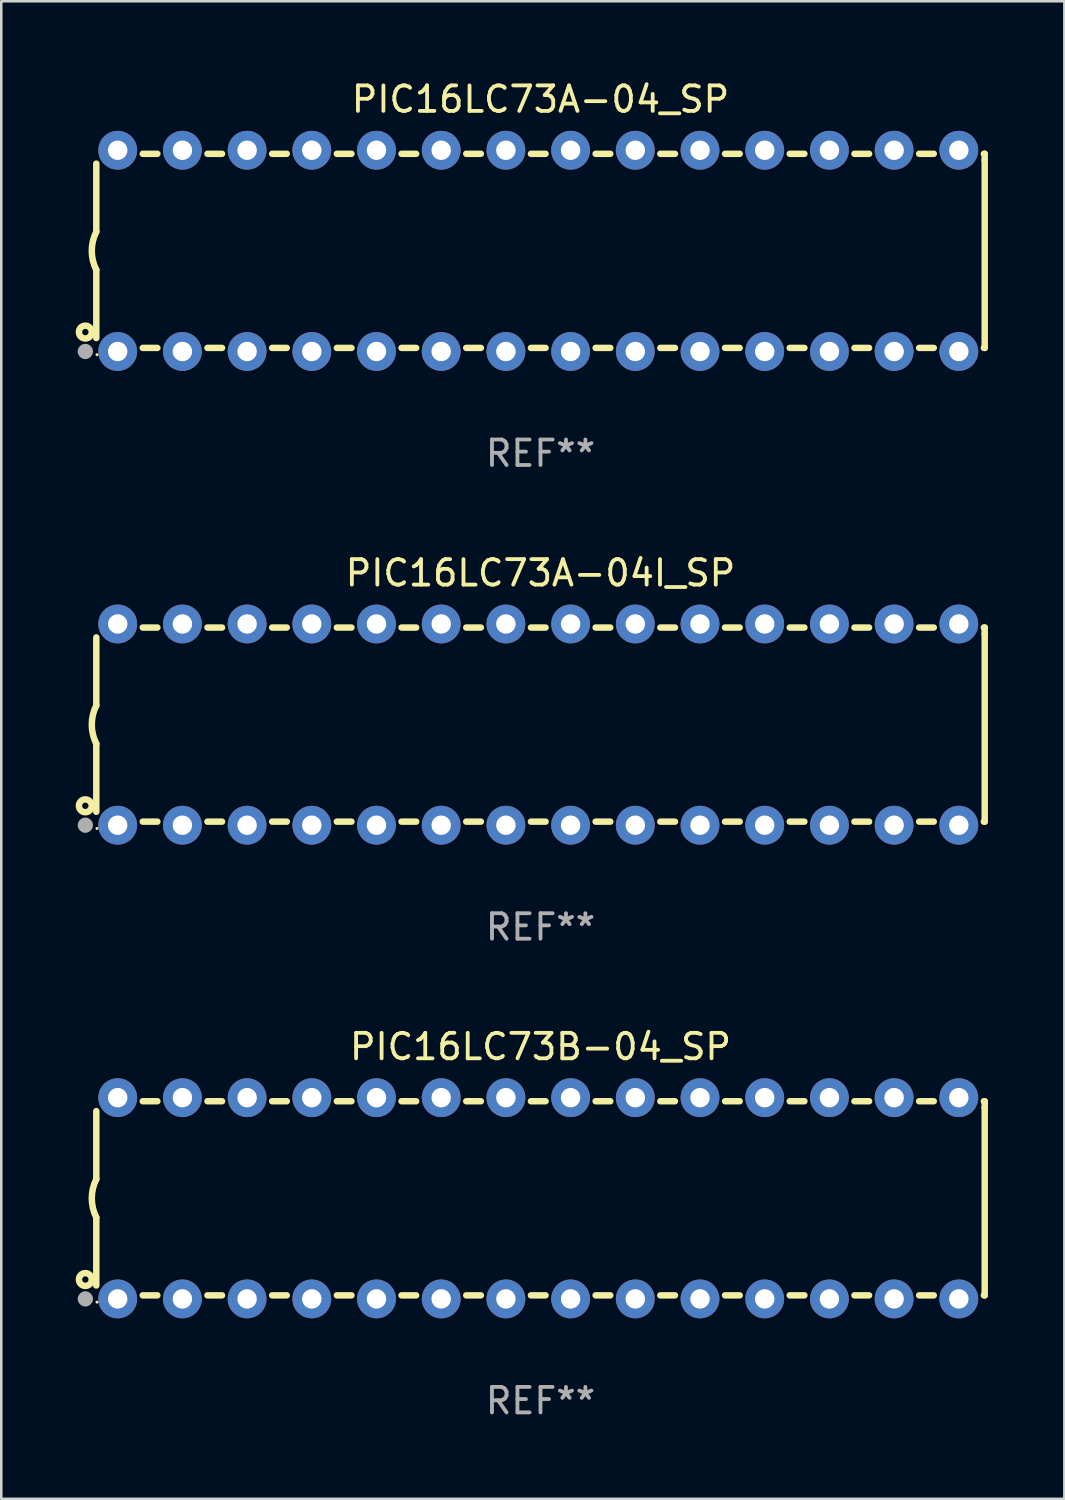
<source format=kicad_pcb>
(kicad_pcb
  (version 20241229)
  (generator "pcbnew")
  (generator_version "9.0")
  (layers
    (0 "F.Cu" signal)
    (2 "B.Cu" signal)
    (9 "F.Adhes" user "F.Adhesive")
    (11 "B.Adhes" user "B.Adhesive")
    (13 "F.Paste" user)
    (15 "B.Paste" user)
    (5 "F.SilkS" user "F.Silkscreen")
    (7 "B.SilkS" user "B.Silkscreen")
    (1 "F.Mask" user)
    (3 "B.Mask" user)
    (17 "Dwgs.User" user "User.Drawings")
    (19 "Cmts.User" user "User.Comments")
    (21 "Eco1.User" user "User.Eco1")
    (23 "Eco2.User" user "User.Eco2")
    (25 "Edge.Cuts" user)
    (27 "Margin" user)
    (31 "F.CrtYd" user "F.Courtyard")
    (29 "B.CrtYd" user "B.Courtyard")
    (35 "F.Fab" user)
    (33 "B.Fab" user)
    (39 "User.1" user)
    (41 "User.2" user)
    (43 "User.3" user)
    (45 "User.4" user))
  (footprint "PIC16LC73B-04_SP"
    (layer "F.Cu")
    (at 18.168 43.991)
    (property "Reference" "PIC16LC73B-04_SP" (at 0 -5.95 0) (layer "F.SilkS") (effects (font (size 1 1) (thickness 0.15))))
    (attr through_hole)
    (fp_line (start -17.438 0.75) (end -17.438 3.423) (stroke (width 0.254) (type solid)) (layer "F.SilkS"))
    (fp_line (start -17.438 -3.423) (end -17.438 -0.75) (stroke (width 0.254) (type solid)) (layer "F.SilkS"))
    (fp_line (start -15.615 3.81) (end -15.041 3.81) (stroke (width 0.254) (type solid)) (layer "F.SilkS"))
    (fp_line (start -15.041 -3.81) (end -15.614 -3.81) (stroke (width 0.254) (type solid)) (layer "F.SilkS"))
    (fp_line (start -13.075 3.81) (end -12.501 3.81) (stroke (width 0.254) (type solid)) (layer "F.SilkS"))
    (fp_line (start -12.501 -3.81) (end -13.074 -3.81) (stroke (width 0.254) (type solid)) (layer "F.SilkS"))
    (fp_line (start -10.535 3.81) (end -9.961 3.81) (stroke (width 0.254) (type solid)) (layer "F.SilkS"))
    (fp_line (start -9.961 -3.81) (end -10.534 -3.81) (stroke (width 0.254) (type solid)) (layer "F.SilkS"))
    (fp_line (start -7.995 3.81) (end -7.421 3.81) (stroke (width 0.254) (type solid)) (layer "F.SilkS"))
    (fp_line (start -7.421 -3.81) (end -7.995 -3.81) (stroke (width 0.254) (type solid)) (layer "F.SilkS"))
    (fp_line (start -5.455 3.81) (end -4.881 3.81) (stroke (width 0.254) (type solid)) (layer "F.SilkS"))
    (fp_line (start -4.881 -3.81) (end -5.455 -3.81) (stroke (width 0.254) (type solid)) (layer "F.SilkS"))
    (fp_line (start -2.915 3.81) (end -2.341 3.81) (stroke (width 0.254) (type solid)) (layer "F.SilkS"))
    (fp_line (start -2.341 -3.81) (end -2.915 -3.81) (stroke (width 0.254) (type solid)) (layer "F.SilkS"))
    (fp_line (start -0.375 3.81) (end 0.199 3.81) (stroke (width 0.254) (type solid)) (layer "F.SilkS"))
    (fp_line (start 0.199 -3.81) (end -0.375 -3.81) (stroke (width 0.254) (type solid)) (layer "F.SilkS"))
    (fp_line (start 2.165 3.81) (end 2.739 3.81) (stroke (width 0.254) (type solid)) (layer "F.SilkS"))
    (fp_line (start 2.739 -3.81) (end 2.165 -3.81) (stroke (width 0.254) (type solid)) (layer "F.SilkS"))
    (fp_line (start 4.705 3.81) (end 5.279 3.81) (stroke (width 0.254) (type solid)) (layer "F.SilkS"))
    (fp_line (start 5.279 -3.81) (end 4.705 -3.81) (stroke (width 0.254) (type solid)) (layer "F.SilkS"))
    (fp_line (start 7.245 3.81) (end 7.819 3.81) (stroke (width 0.254) (type solid)) (layer "F.SilkS"))
    (fp_line (start 7.819 -3.81) (end 7.245 -3.81) (stroke (width 0.254) (type solid)) (layer "F.SilkS"))
    (fp_line (start 9.785 3.81) (end 10.359 3.81) (stroke (width 0.254) (type solid)) (layer "F.SilkS"))
    (fp_line (start 10.359 -3.81) (end 9.785 -3.81) (stroke (width 0.254) (type solid)) (layer "F.SilkS"))
    (fp_line (start 12.325 3.81) (end 12.899 3.81) (stroke (width 0.254) (type solid)) (layer "F.SilkS"))
    (fp_line (start 12.899 -3.81) (end 12.325 -3.81) (stroke (width 0.254) (type solid)) (layer "F.SilkS"))
    (fp_line (start 14.865 3.81) (end 15.439 3.81) (stroke (width 0.254) (type solid)) (layer "F.SilkS"))
    (fp_line (start 15.439 -3.81) (end 14.865 -3.81) (stroke (width 0.254) (type solid)) (layer "F.SilkS"))
    (fp_line (start 17.405 3.81) (end 17.438 3.81) (stroke (width 0.254) (type solid)) (layer "F.SilkS"))
    (fp_line (start 17.438 -3.81) (end 17.405 -3.81) (stroke (width 0.254) (type solid)) (layer "F.SilkS"))
    (fp_line (start 17.438 -3.556) (end 17.438 -3.81) (stroke (width 0.254) (type solid)) (layer "F.SilkS"))
    (fp_line (start 17.438 3.81) (end 17.438 -3.556) (stroke (width 0.254) (type solid)) (layer "F.SilkS"))
    (fp_arc (start -17.437986 0.749657) (mid -17.614887 -0.000024) (end -17.437783 -0.749657) (stroke (width 0.254001) (type solid)) (layer "F.SilkS"))
    (fp_circle (center -17.868 3.188) (end -17.743 3.188) (stroke (width 0.254) (type solid)) (fill no) (layer "F.SilkS"))
    (fp_circle (center -17.411 4.077) (end -17.381 4.077) (stroke (width 0.06) (type solid)) (fill no) (layer "F.SilkS"))
    (fp_circle (center -17.868 3.95) (end -17.718 3.95) (stroke (width 0.3) (type solid)) (fill no) (layer "F.Fab"))
    (fp_text user "REF**" (at 0 7.95 0) (layer "F.Fab") (effects (font (size 1 1) (thickness 0.15))))
    (pad "1" thru_hole circle (at -16.598 3.95) (size 1.524 1.524) (drill 0.762) (layers "*.Cu" "*.Mask"))
    (pad "2" thru_hole circle (at -14.058 3.95) (size 1.524 1.524) (drill 0.762) (layers "*.Cu" "*.Mask"))
    (pad "3" thru_hole circle (at -11.518 3.95) (size 1.524 1.524) (drill 0.762) (layers "*.Cu" "*.Mask"))
    (pad "4" thru_hole circle (at -8.978 3.95) (size 1.524 1.524) (drill 0.762) (layers "*.Cu" "*.Mask"))
    (pad "5" thru_hole circle (at -6.438 3.95) (size 1.524 1.524) (drill 0.762) (layers "*.Cu" "*.Mask"))
    (pad "6" thru_hole circle (at -3.898 3.95) (size 1.524 1.524) (drill 0.762) (layers "*.Cu" "*.Mask"))
    (pad "7" thru_hole circle (at -1.358 3.95) (size 1.524 1.524) (drill 0.762) (layers "*.Cu" "*.Mask"))
    (pad "8" thru_hole circle (at 1.182 3.95) (size 1.524 1.524) (drill 0.762) (layers "*.Cu" "*.Mask"))
    (pad "9" thru_hole circle (at 3.722 3.95) (size 1.524 1.524) (drill 0.762) (layers "*.Cu" "*.Mask"))
    (pad "10" thru_hole circle (at 6.262 3.95) (size 1.524 1.524) (drill 0.762) (layers "*.Cu" "*.Mask"))
    (pad "11" thru_hole circle (at 8.802 3.95) (size 1.524 1.524) (drill 0.762) (layers "*.Cu" "*.Mask"))
    (pad "12" thru_hole circle (at 11.342 3.95) (size 1.524 1.524) (drill 0.762) (layers "*.Cu" "*.Mask"))
    (pad "13" thru_hole circle (at 13.882 3.95) (size 1.524 1.524) (drill 0.762) (layers "*.Cu" "*.Mask"))
    (pad "14" thru_hole circle (at 16.422 3.95) (size 1.524 1.524) (drill 0.762) (layers "*.Cu" "*.Mask"))
    (pad "15" thru_hole circle (at 16.422 -3.95) (size 1.524 1.524) (drill 0.762) (layers "*.Cu" "*.Mask"))
    (pad "16" thru_hole circle (at 13.882 -3.95) (size 1.524 1.524) (drill 0.762) (layers "*.Cu" "*.Mask"))
    (pad "17" thru_hole circle (at 11.342 -3.95) (size 1.524 1.524) (drill 0.762) (layers "*.Cu" "*.Mask"))
    (pad "18" thru_hole circle (at 8.802 -3.95) (size 1.524 1.524) (drill 0.762) (layers "*.Cu" "*.Mask"))
    (pad "19" thru_hole circle (at 6.262 -3.95) (size 1.524 1.524) (drill 0.762) (layers "*.Cu" "*.Mask"))
    (pad "20" thru_hole circle (at 3.722 -3.95) (size 1.524 1.524) (drill 0.762) (layers "*.Cu" "*.Mask"))
    (pad "21" thru_hole circle (at 1.182 -3.95) (size 1.524 1.524) (drill 0.762) (layers "*.Cu" "*.Mask"))
    (pad "22" thru_hole circle (at -1.358 -3.95) (size 1.524 1.524) (drill 0.762) (layers "*.Cu" "*.Mask"))
    (pad "23" thru_hole circle (at -3.898 -3.95) (size 1.524 1.524) (drill 0.762) (layers "*.Cu" "*.Mask"))
    (pad "24" thru_hole circle (at -6.438 -3.95) (size 1.524 1.524) (drill 0.762) (layers "*.Cu" "*.Mask"))
    (pad "25" thru_hole circle (at -8.978 -3.95) (size 1.524 1.524) (drill 0.762) (layers "*.Cu" "*.Mask"))
    (pad "26" thru_hole circle (at -11.517 -3.95) (size 1.524 1.524) (drill 0.762) (layers "*.Cu" "*.Mask"))
    (pad "27" thru_hole circle (at -14.057 -3.95) (size 1.524 1.524) (drill 0.762) (layers "*.Cu" "*.Mask"))
    (pad "28" thru_hole circle (at -16.597 -3.95) (size 1.524 1.524) (drill 0.762) (layers "*.Cu" "*.Mask")))
  (footprint "PIC16LC73A-04_SP"
    (layer "F.Cu")
    (at 18.168 6.798)
    (property "Reference" "PIC16LC73A-04_SP" (at 0 -5.95 0) (layer "F.SilkS") (effects (font (size 1 1) (thickness 0.15))))
    (attr through_hole)
    (fp_line (start -17.438 0.75) (end -17.438 3.423) (stroke (width 0.254) (type solid)) (layer "F.SilkS"))
    (fp_line (start -17.438 -3.423) (end -17.438 -0.75) (stroke (width 0.254) (type solid)) (layer "F.SilkS"))
    (fp_line (start -15.615 3.81) (end -15.041 3.81) (stroke (width 0.254) (type solid)) (layer "F.SilkS"))
    (fp_line (start -15.041 -3.81) (end -15.614 -3.81) (stroke (width 0.254) (type solid)) (layer "F.SilkS"))
    (fp_line (start -13.075 3.81) (end -12.501 3.81) (stroke (width 0.254) (type solid)) (layer "F.SilkS"))
    (fp_line (start -12.501 -3.81) (end -13.074 -3.81) (stroke (width 0.254) (type solid)) (layer "F.SilkS"))
    (fp_line (start -10.535 3.81) (end -9.961 3.81) (stroke (width 0.254) (type solid)) (layer "F.SilkS"))
    (fp_line (start -9.961 -3.81) (end -10.534 -3.81) (stroke (width 0.254) (type solid)) (layer "F.SilkS"))
    (fp_line (start -7.995 3.81) (end -7.421 3.81) (stroke (width 0.254) (type solid)) (layer "F.SilkS"))
    (fp_line (start -7.421 -3.81) (end -7.995 -3.81) (stroke (width 0.254) (type solid)) (layer "F.SilkS"))
    (fp_line (start -5.455 3.81) (end -4.881 3.81) (stroke (width 0.254) (type solid)) (layer "F.SilkS"))
    (fp_line (start -4.881 -3.81) (end -5.455 -3.81) (stroke (width 0.254) (type solid)) (layer "F.SilkS"))
    (fp_line (start -2.915 3.81) (end -2.341 3.81) (stroke (width 0.254) (type solid)) (layer "F.SilkS"))
    (fp_line (start -2.341 -3.81) (end -2.915 -3.81) (stroke (width 0.254) (type solid)) (layer "F.SilkS"))
    (fp_line (start -0.375 3.81) (end 0.199 3.81) (stroke (width 0.254) (type solid)) (layer "F.SilkS"))
    (fp_line (start 0.199 -3.81) (end -0.375 -3.81) (stroke (width 0.254) (type solid)) (layer "F.SilkS"))
    (fp_line (start 2.165 3.81) (end 2.739 3.81) (stroke (width 0.254) (type solid)) (layer "F.SilkS"))
    (fp_line (start 2.739 -3.81) (end 2.165 -3.81) (stroke (width 0.254) (type solid)) (layer "F.SilkS"))
    (fp_line (start 4.705 3.81) (end 5.279 3.81) (stroke (width 0.254) (type solid)) (layer "F.SilkS"))
    (fp_line (start 5.279 -3.81) (end 4.705 -3.81) (stroke (width 0.254) (type solid)) (layer "F.SilkS"))
    (fp_line (start 7.245 3.81) (end 7.819 3.81) (stroke (width 0.254) (type solid)) (layer "F.SilkS"))
    (fp_line (start 7.819 -3.81) (end 7.245 -3.81) (stroke (width 0.254) (type solid)) (layer "F.SilkS"))
    (fp_line (start 9.785 3.81) (end 10.359 3.81) (stroke (width 0.254) (type solid)) (layer "F.SilkS"))
    (fp_line (start 10.359 -3.81) (end 9.785 -3.81) (stroke (width 0.254) (type solid)) (layer "F.SilkS"))
    (fp_line (start 12.325 3.81) (end 12.899 3.81) (stroke (width 0.254) (type solid)) (layer "F.SilkS"))
    (fp_line (start 12.899 -3.81) (end 12.325 -3.81) (stroke (width 0.254) (type solid)) (layer "F.SilkS"))
    (fp_line (start 14.865 3.81) (end 15.439 3.81) (stroke (width 0.254) (type solid)) (layer "F.SilkS"))
    (fp_line (start 15.439 -3.81) (end 14.865 -3.81) (stroke (width 0.254) (type solid)) (layer "F.SilkS"))
    (fp_line (start 17.405 3.81) (end 17.438 3.81) (stroke (width 0.254) (type solid)) (layer "F.SilkS"))
    (fp_line (start 17.438 -3.81) (end 17.405 -3.81) (stroke (width 0.254) (type solid)) (layer "F.SilkS"))
    (fp_line (start 17.438 -3.556) (end 17.438 -3.81) (stroke (width 0.254) (type solid)) (layer "F.SilkS"))
    (fp_line (start 17.438 3.81) (end 17.438 -3.556) (stroke (width 0.254) (type solid)) (layer "F.SilkS"))
    (fp_arc (start -17.437986 0.749657) (mid -17.614887 -0.000024) (end -17.437783 -0.749657) (stroke (width 0.254001) (type solid)) (layer "F.SilkS"))
    (fp_circle (center -17.868 3.188) (end -17.743 3.188) (stroke (width 0.254) (type solid)) (fill no) (layer "F.SilkS"))
    (fp_circle (center -17.411 4.077) (end -17.381 4.077) (stroke (width 0.06) (type solid)) (fill no) (layer "F.SilkS"))
    (fp_circle (center -17.868 3.95) (end -17.718 3.95) (stroke (width 0.3) (type solid)) (fill no) (layer "F.Fab"))
    (fp_text user "REF**" (at 0 7.95 0) (layer "F.Fab") (effects (font (size 1 1) (thickness 0.15))))
    (pad "1" thru_hole circle (at -16.598 3.95) (size 1.524 1.524) (drill 0.762) (layers "*.Cu" "*.Mask"))
    (pad "2" thru_hole circle (at -14.058 3.95) (size 1.524 1.524) (drill 0.762) (layers "*.Cu" "*.Mask"))
    (pad "3" thru_hole circle (at -11.518 3.95) (size 1.524 1.524) (drill 0.762) (layers "*.Cu" "*.Mask"))
    (pad "4" thru_hole circle (at -8.978 3.95) (size 1.524 1.524) (drill 0.762) (layers "*.Cu" "*.Mask"))
    (pad "5" thru_hole circle (at -6.438 3.95) (size 1.524 1.524) (drill 0.762) (layers "*.Cu" "*.Mask"))
    (pad "6" thru_hole circle (at -3.898 3.95) (size 1.524 1.524) (drill 0.762) (layers "*.Cu" "*.Mask"))
    (pad "7" thru_hole circle (at -1.358 3.95) (size 1.524 1.524) (drill 0.762) (layers "*.Cu" "*.Mask"))
    (pad "8" thru_hole circle (at 1.182 3.95) (size 1.524 1.524) (drill 0.762) (layers "*.Cu" "*.Mask"))
    (pad "9" thru_hole circle (at 3.722 3.95) (size 1.524 1.524) (drill 0.762) (layers "*.Cu" "*.Mask"))
    (pad "10" thru_hole circle (at 6.262 3.95) (size 1.524 1.524) (drill 0.762) (layers "*.Cu" "*.Mask"))
    (pad "11" thru_hole circle (at 8.802 3.95) (size 1.524 1.524) (drill 0.762) (layers "*.Cu" "*.Mask"))
    (pad "12" thru_hole circle (at 11.342 3.95) (size 1.524 1.524) (drill 0.762) (layers "*.Cu" "*.Mask"))
    (pad "13" thru_hole circle (at 13.882 3.95) (size 1.524 1.524) (drill 0.762) (layers "*.Cu" "*.Mask"))
    (pad "14" thru_hole circle (at 16.422 3.95) (size 1.524 1.524) (drill 0.762) (layers "*.Cu" "*.Mask"))
    (pad "15" thru_hole circle (at 16.422 -3.95) (size 1.524 1.524) (drill 0.762) (layers "*.Cu" "*.Mask"))
    (pad "16" thru_hole circle (at 13.882 -3.95) (size 1.524 1.524) (drill 0.762) (layers "*.Cu" "*.Mask"))
    (pad "17" thru_hole circle (at 11.342 -3.95) (size 1.524 1.524) (drill 0.762) (layers "*.Cu" "*.Mask"))
    (pad "18" thru_hole circle (at 8.802 -3.95) (size 1.524 1.524) (drill 0.762) (layers "*.Cu" "*.Mask"))
    (pad "19" thru_hole circle (at 6.262 -3.95) (size 1.524 1.524) (drill 0.762) (layers "*.Cu" "*.Mask"))
    (pad "20" thru_hole circle (at 3.722 -3.95) (size 1.524 1.524) (drill 0.762) (layers "*.Cu" "*.Mask"))
    (pad "21" thru_hole circle (at 1.182 -3.95) (size 1.524 1.524) (drill 0.762) (layers "*.Cu" "*.Mask"))
    (pad "22" thru_hole circle (at -1.358 -3.95) (size 1.524 1.524) (drill 0.762) (layers "*.Cu" "*.Mask"))
    (pad "23" thru_hole circle (at -3.898 -3.95) (size 1.524 1.524) (drill 0.762) (layers "*.Cu" "*.Mask"))
    (pad "24" thru_hole circle (at -6.438 -3.95) (size 1.524 1.524) (drill 0.762) (layers "*.Cu" "*.Mask"))
    (pad "25" thru_hole circle (at -8.978 -3.95) (size 1.524 1.524) (drill 0.762) (layers "*.Cu" "*.Mask"))
    (pad "26" thru_hole circle (at -11.517 -3.95) (size 1.524 1.524) (drill 0.762) (layers "*.Cu" "*.Mask"))
    (pad "27" thru_hole circle (at -14.057 -3.95) (size 1.524 1.524) (drill 0.762) (layers "*.Cu" "*.Mask"))
    (pad "28" thru_hole circle (at -16.597 -3.95) (size 1.524 1.524) (drill 0.762) (layers "*.Cu" "*.Mask")))
  (footprint "PIC16LC73A-04I_SP"
    (layer "F.Cu")
    (at 18.168 25.395)
    (property "Reference" "PIC16LC73A-04I_SP" (at 0 -5.95 0) (layer "F.SilkS") (effects (font (size 1 1) (thickness 0.15))))
    (attr through_hole)
    (fp_line (start -17.438 0.75) (end -17.438 3.423) (stroke (width 0.254) (type solid)) (layer "F.SilkS"))
    (fp_line (start -17.438 -3.423) (end -17.438 -0.75) (stroke (width 0.254) (type solid)) (layer "F.SilkS"))
    (fp_line (start -15.615 3.81) (end -15.041 3.81) (stroke (width 0.254) (type solid)) (layer "F.SilkS"))
    (fp_line (start -15.041 -3.81) (end -15.614 -3.81) (stroke (width 0.254) (type solid)) (layer "F.SilkS"))
    (fp_line (start -13.075 3.81) (end -12.501 3.81) (stroke (width 0.254) (type solid)) (layer "F.SilkS"))
    (fp_line (start -12.501 -3.81) (end -13.074 -3.81) (stroke (width 0.254) (type solid)) (layer "F.SilkS"))
    (fp_line (start -10.535 3.81) (end -9.961 3.81) (stroke (width 0.254) (type solid)) (layer "F.SilkS"))
    (fp_line (start -9.961 -3.81) (end -10.534 -3.81) (stroke (width 0.254) (type solid)) (layer "F.SilkS"))
    (fp_line (start -7.995 3.81) (end -7.421 3.81) (stroke (width 0.254) (type solid)) (layer "F.SilkS"))
    (fp_line (start -7.421 -3.81) (end -7.995 -3.81) (stroke (width 0.254) (type solid)) (layer "F.SilkS"))
    (fp_line (start -5.455 3.81) (end -4.881 3.81) (stroke (width 0.254) (type solid)) (layer "F.SilkS"))
    (fp_line (start -4.881 -3.81) (end -5.455 -3.81) (stroke (width 0.254) (type solid)) (layer "F.SilkS"))
    (fp_line (start -2.915 3.81) (end -2.341 3.81) (stroke (width 0.254) (type solid)) (layer "F.SilkS"))
    (fp_line (start -2.341 -3.81) (end -2.915 -3.81) (stroke (width 0.254) (type solid)) (layer "F.SilkS"))
    (fp_line (start -0.375 3.81) (end 0.199 3.81) (stroke (width 0.254) (type solid)) (layer "F.SilkS"))
    (fp_line (start 0.199 -3.81) (end -0.375 -3.81) (stroke (width 0.254) (type solid)) (layer "F.SilkS"))
    (fp_line (start 2.165 3.81) (end 2.739 3.81) (stroke (width 0.254) (type solid)) (layer "F.SilkS"))
    (fp_line (start 2.739 -3.81) (end 2.165 -3.81) (stroke (width 0.254) (type solid)) (layer "F.SilkS"))
    (fp_line (start 4.705 3.81) (end 5.279 3.81) (stroke (width 0.254) (type solid)) (layer "F.SilkS"))
    (fp_line (start 5.279 -3.81) (end 4.705 -3.81) (stroke (width 0.254) (type solid)) (layer "F.SilkS"))
    (fp_line (start 7.245 3.81) (end 7.819 3.81) (stroke (width 0.254) (type solid)) (layer "F.SilkS"))
    (fp_line (start 7.819 -3.81) (end 7.245 -3.81) (stroke (width 0.254) (type solid)) (layer "F.SilkS"))
    (fp_line (start 9.785 3.81) (end 10.359 3.81) (stroke (width 0.254) (type solid)) (layer "F.SilkS"))
    (fp_line (start 10.359 -3.81) (end 9.785 -3.81) (stroke (width 0.254) (type solid)) (layer "F.SilkS"))
    (fp_line (start 12.325 3.81) (end 12.899 3.81) (stroke (width 0.254) (type solid)) (layer "F.SilkS"))
    (fp_line (start 12.899 -3.81) (end 12.325 -3.81) (stroke (width 0.254) (type solid)) (layer "F.SilkS"))
    (fp_line (start 14.865 3.81) (end 15.439 3.81) (stroke (width 0.254) (type solid)) (layer "F.SilkS"))
    (fp_line (start 15.439 -3.81) (end 14.865 -3.81) (stroke (width 0.254) (type solid)) (layer "F.SilkS"))
    (fp_line (start 17.405 3.81) (end 17.438 3.81) (stroke (width 0.254) (type solid)) (layer "F.SilkS"))
    (fp_line (start 17.438 -3.81) (end 17.405 -3.81) (stroke (width 0.254) (type solid)) (layer "F.SilkS"))
    (fp_line (start 17.438 -3.556) (end 17.438 -3.81) (stroke (width 0.254) (type solid)) (layer "F.SilkS"))
    (fp_line (start 17.438 3.81) (end 17.438 -3.556) (stroke (width 0.254) (type solid)) (layer "F.SilkS"))
    (fp_arc (start -17.437986 0.749657) (mid -17.614887 -0.000024) (end -17.437783 -0.749657) (stroke (width 0.254001) (type solid)) (layer "F.SilkS"))
    (fp_circle (center -17.868 3.188) (end -17.743 3.188) (stroke (width 0.254) (type solid)) (fill no) (layer "F.SilkS"))
    (fp_circle (center -17.411 4.077) (end -17.381 4.077) (stroke (width 0.06) (type solid)) (fill no) (layer "F.SilkS"))
    (fp_circle (center -17.868 3.95) (end -17.718 3.95) (stroke (width 0.3) (type solid)) (fill no) (layer "F.Fab"))
    (fp_text user "REF**" (at 0 7.95 0) (layer "F.Fab") (effects (font (size 1 1) (thickness 0.15))))
    (pad "1" thru_hole circle (at -16.598 3.95) (size 1.524 1.524) (drill 0.762) (layers "*.Cu" "*.Mask"))
    (pad "2" thru_hole circle (at -14.058 3.95) (size 1.524 1.524) (drill 0.762) (layers "*.Cu" "*.Mask"))
    (pad "3" thru_hole circle (at -11.518 3.95) (size 1.524 1.524) (drill 0.762) (layers "*.Cu" "*.Mask"))
    (pad "4" thru_hole circle (at -8.978 3.95) (size 1.524 1.524) (drill 0.762) (layers "*.Cu" "*.Mask"))
    (pad "5" thru_hole circle (at -6.438 3.95) (size 1.524 1.524) (drill 0.762) (layers "*.Cu" "*.Mask"))
    (pad "6" thru_hole circle (at -3.898 3.95) (size 1.524 1.524) (drill 0.762) (layers "*.Cu" "*.Mask"))
    (pad "7" thru_hole circle (at -1.358 3.95) (size 1.524 1.524) (drill 0.762) (layers "*.Cu" "*.Mask"))
    (pad "8" thru_hole circle (at 1.182 3.95) (size 1.524 1.524) (drill 0.762) (layers "*.Cu" "*.Mask"))
    (pad "9" thru_hole circle (at 3.722 3.95) (size 1.524 1.524) (drill 0.762) (layers "*.Cu" "*.Mask"))
    (pad "10" thru_hole circle (at 6.262 3.95) (size 1.524 1.524) (drill 0.762) (layers "*.Cu" "*.Mask"))
    (pad "11" thru_hole circle (at 8.802 3.95) (size 1.524 1.524) (drill 0.762) (layers "*.Cu" "*.Mask"))
    (pad "12" thru_hole circle (at 11.342 3.95) (size 1.524 1.524) (drill 0.762) (layers "*.Cu" "*.Mask"))
    (pad "13" thru_hole circle (at 13.882 3.95) (size 1.524 1.524) (drill 0.762) (layers "*.Cu" "*.Mask"))
    (pad "14" thru_hole circle (at 16.422 3.95) (size 1.524 1.524) (drill 0.762) (layers "*.Cu" "*.Mask"))
    (pad "15" thru_hole circle (at 16.422 -3.95) (size 1.524 1.524) (drill 0.762) (layers "*.Cu" "*.Mask"))
    (pad "16" thru_hole circle (at 13.882 -3.95) (size 1.524 1.524) (drill 0.762) (layers "*.Cu" "*.Mask"))
    (pad "17" thru_hole circle (at 11.342 -3.95) (size 1.524 1.524) (drill 0.762) (layers "*.Cu" "*.Mask"))
    (pad "18" thru_hole circle (at 8.802 -3.95) (size 1.524 1.524) (drill 0.762) (layers "*.Cu" "*.Mask"))
    (pad "19" thru_hole circle (at 6.262 -3.95) (size 1.524 1.524) (drill 0.762) (layers "*.Cu" "*.Mask"))
    (pad "20" thru_hole circle (at 3.722 -3.95) (size 1.524 1.524) (drill 0.762) (layers "*.Cu" "*.Mask"))
    (pad "21" thru_hole circle (at 1.182 -3.95) (size 1.524 1.524) (drill 0.762) (layers "*.Cu" "*.Mask"))
    (pad "22" thru_hole circle (at -1.358 -3.95) (size 1.524 1.524) (drill 0.762) (layers "*.Cu" "*.Mask"))
    (pad "23" thru_hole circle (at -3.898 -3.95) (size 1.524 1.524) (drill 0.762) (layers "*.Cu" "*.Mask"))
    (pad "24" thru_hole circle (at -6.438 -3.95) (size 1.524 1.524) (drill 0.762) (layers "*.Cu" "*.Mask"))
    (pad "25" thru_hole circle (at -8.978 -3.95) (size 1.524 1.524) (drill 0.762) (layers "*.Cu" "*.Mask"))
    (pad "26" thru_hole circle (at -11.517 -3.95) (size 1.524 1.524) (drill 0.762) (layers "*.Cu" "*.Mask"))
    (pad "27" thru_hole circle (at -14.057 -3.95) (size 1.524 1.524) (drill 0.762) (layers "*.Cu" "*.Mask"))
    (pad "28" thru_hole circle (at -16.597 -3.95) (size 1.524 1.524) (drill 0.762) (layers "*.Cu" "*.Mask")))
  (gr_rect
    (start -3 -3)
    (end 38.733 55.789)
    (stroke (width 0.1) (type default))
    (fill no)
    (layer "Edge.Cuts")))
</source>
